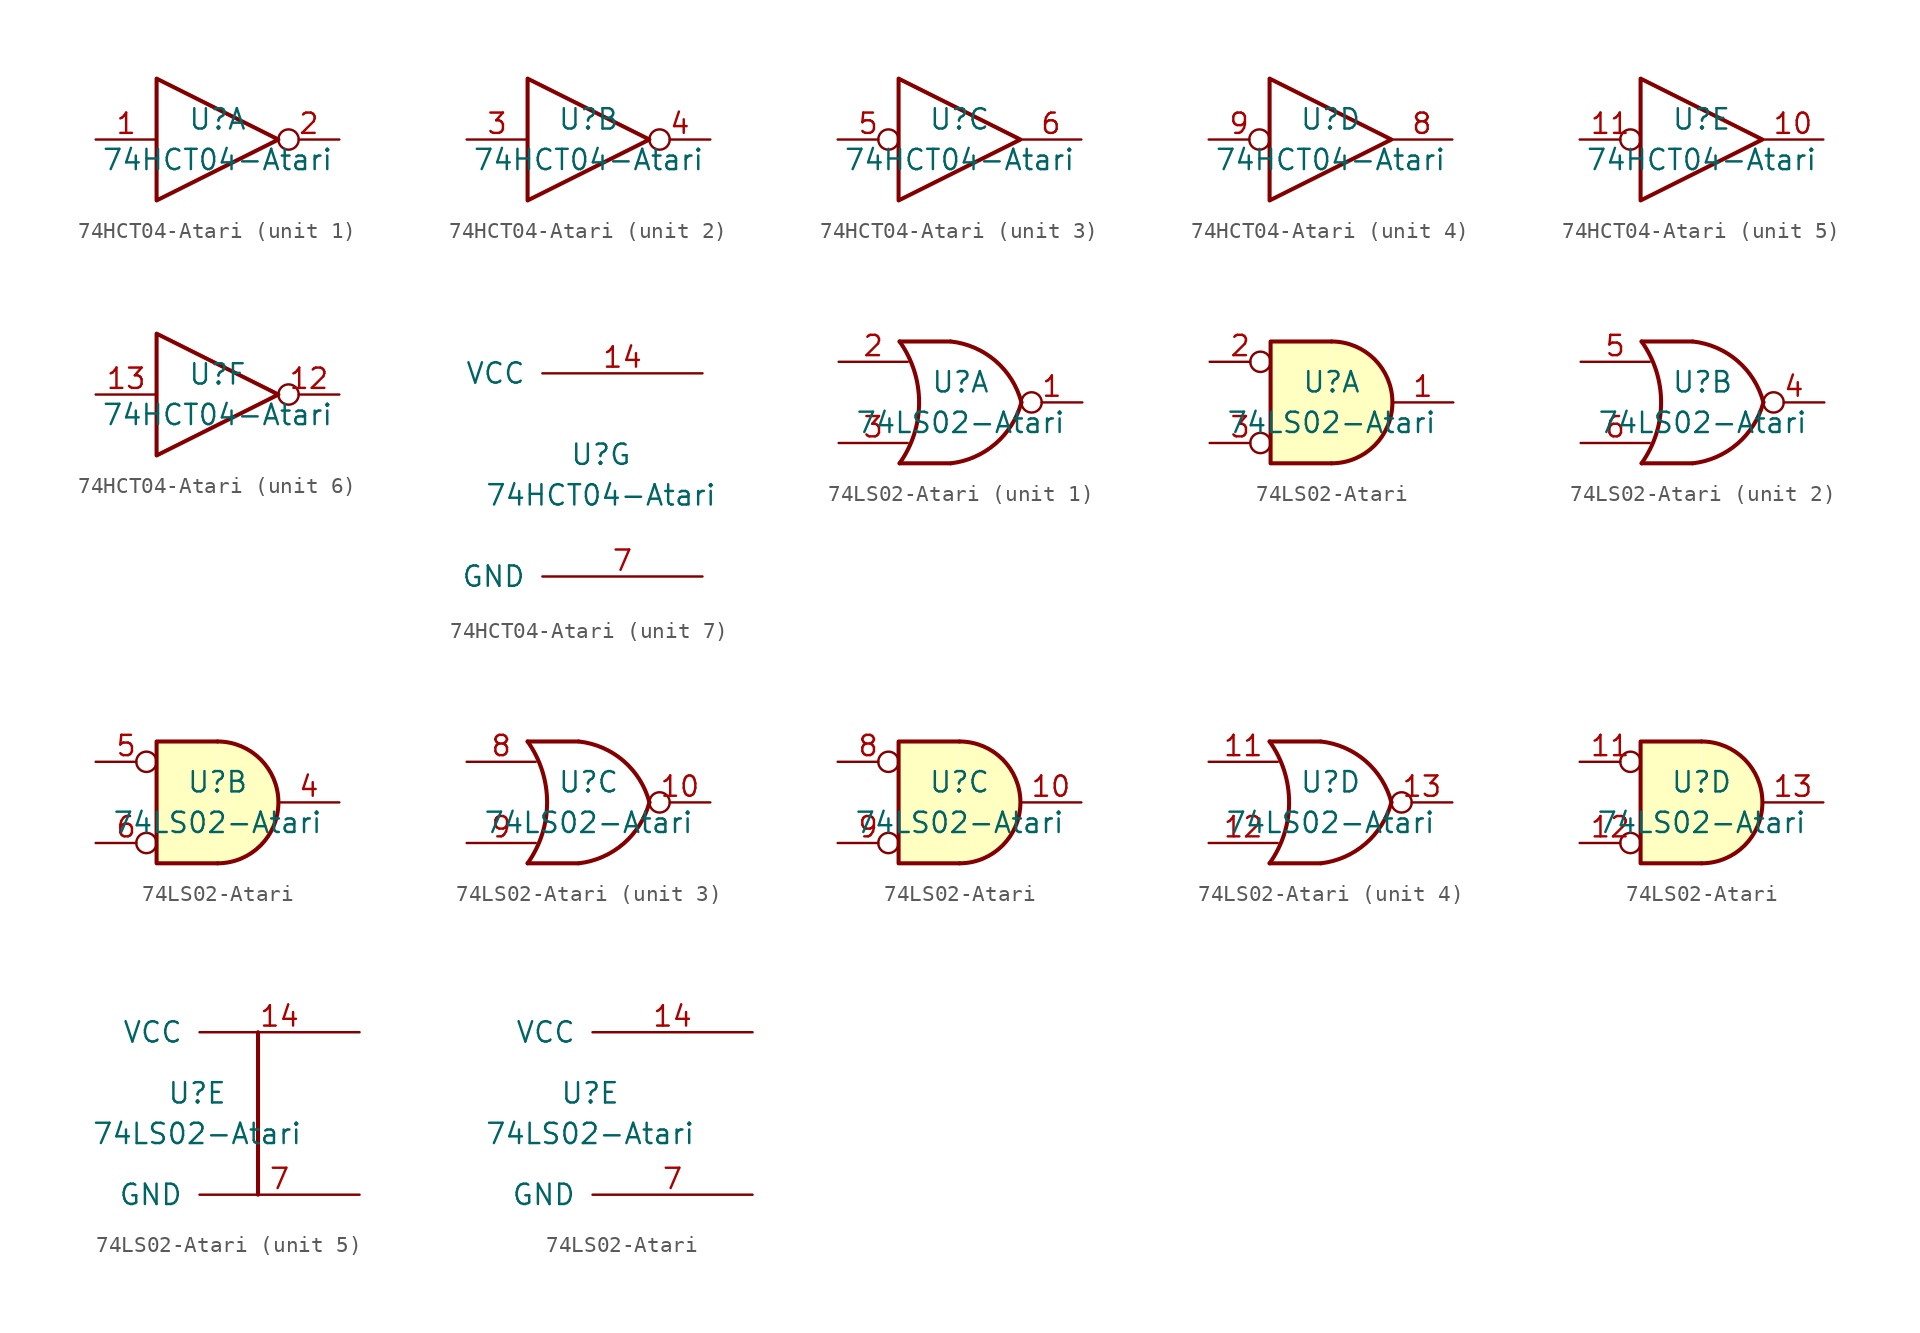
<source format=kicad_sym>
(kicad_symbol_lib
  (version 20231120)
  (generator "kicad_symbol_editor")
  (generator_version "8.0")
  (symbol "74HCT04-Atari"
    (pin_names
      (offset 1.016))
    (property "Reference" "U"
      (at 0 1.27 0)
      (effects (font (size 1.27 1.27))))
    (property "Value" "74HCT04-Atari"
      (at 0 -1.27 0)
      (effects (font (size 1.27 1.27))))
    (property "ki_locked" ""
      (at 0 0 0)
      (effects (font (size 1.27 1.27))))
    (symbol "74HCT04-Atari_1_0"
      (polyline (pts (xy -3.81 3.81) (xy -3.81 -3.81) (xy 3.81 0) (xy -3.81 3.81)) (stroke (width 0.254) (type solid)) (fill (type none)))
      (pin input line (at -7.62 0 0) (length 3.81) (name "~" (effects (font (size 1.27 1.27)))) (number "1" (effects (font (size 1.27 1.27)))))
      (pin output inverted (at 7.62 0 180) (length 3.81) (name "~" (effects (font (size 1.27 1.27)))) (number "2" (effects (font (size 1.27 1.27))))))
    (symbol "74HCT04-Atari_2_0"
      (polyline (pts (xy -3.81 3.81) (xy -3.81 -3.81) (xy 3.81 0) (xy -3.81 3.81)) (stroke (width 0.254) (type solid)) (fill (type none)))
      (pin input line (at -7.62 0 0) (length 3.81) (name "~" (effects (font (size 1.27 1.27)))) (number "3" (effects (font (size 1.27 1.27)))))
      (pin output inverted (at 7.62 0 180) (length 3.81) (name "~" (effects (font (size 1.27 1.27)))) (number "4" (effects (font (size 1.27 1.27))))))
    (symbol "74HCT04-Atari_3_0"
      (polyline (pts (xy -3.81 3.81) (xy -3.81 -3.81) (xy 3.81 0) (xy -3.81 3.81)) (stroke (width 0.254) (type solid)) (fill (type none)))
      (pin input inverted (at -7.62 0 0) (length 3.81) (name "~" (effects (font (size 1.27 1.27)))) (number "5" (effects (font (size 1.27 1.27)))))
      (pin output line (at 7.62 0 180) (length 3.81) (name "~" (effects (font (size 1.27 1.27)))) (number "6" (effects (font (size 1.27 1.27))))))
    (symbol "74HCT04-Atari_4_0"
      (polyline (pts (xy -3.81 3.81) (xy -3.81 -3.81) (xy 3.81 0) (xy -3.81 3.81)) (stroke (width 0.254) (type solid)) (fill (type none)))
      (pin output line (at 7.62 0 180) (length 3.81) (name "~" (effects (font (size 1.27 1.27)))) (number "8" (effects (font (size 1.27 1.27)))))
      (pin input inverted (at -7.62 0 0) (length 3.81) (name "~" (effects (font (size 1.27 1.27)))) (number "9" (effects (font (size 1.27 1.27))))))
    (symbol "74HCT04-Atari_5_0"
      (polyline (pts (xy -3.81 3.81) (xy -3.81 -3.81) (xy 3.81 0) (xy -3.81 3.81)) (stroke (width 0.254) (type solid)) (fill (type none)))
      (pin output line (at 7.62 0 180) (length 3.81) (name "~" (effects (font (size 1.27 1.27)))) (number "10" (effects (font (size 1.27 1.27)))))
      (pin input inverted (at -7.62 0 0) (length 3.81) (name "~" (effects (font (size 1.27 1.27)))) (number "11" (effects (font (size 1.27 1.27))))))
    (symbol "74HCT04-Atari_6_0"
      (polyline (pts (xy -3.81 3.81) (xy -3.81 -3.81) (xy 3.81 0) (xy -3.81 3.81)) (stroke (width 0.254) (type solid)) (fill (type none)))
      (pin output inverted (at 7.62 0 180) (length 3.81) (name "~" (effects (font (size 1.27 1.27)))) (number "12" (effects (font (size 1.27 1.27)))))
      (pin input line (at -7.62 0 0) (length 3.81) (name "~" (effects (font (size 1.27 1.27)))) (number "13" (effects (font (size 1.27 1.27))))))
    (symbol "74HCT04-Atari_7_0"
      (pin power_in line (at 6.35 6.35 180) (length 10.008) (name "VCC" (effects (font (size 1.27 1.27)))) (number "14" (effects (font (size 1.27 1.27)))))
      (pin power_in line (at 6.35 -6.35 180) (length 10.008) (name "GND" (effects (font (size 1.27 1.27)))) (number "7" (effects (font (size 1.27 1.27)))))))
  (symbol "74LS02-Atari"
    (pin_names
      (offset 1.016))
    (property "Reference" "U"
      (at 0 1.27 0)
      (effects (font (size 1.27 1.27))))
    (property "Value" "74LS02-Atari"
      (at 0 -1.27 0)
      (effects (font (size 1.27 1.27))))
    (property "ki_locked" ""
      (at 0 0 0)
      (effects (font (size 1.27 1.27))))
    (symbol "74LS02-Atari_1_1"
      (arc (start -3.81 -3.81) (mid -2.589 0) (end -3.81 3.81) (stroke (width 0.254) (type solid)) (fill (type none)))
      (arc (start -0.6096 -3.81) (mid 2.1842 -2.5851) (end 3.81 0) (stroke (width 0.254) (type solid)) (fill (type none)))
      (polyline (pts (xy -3.81 -3.81) (xy -0.635 -3.81)) (stroke (width 0.254) (type solid)) (fill (type none)))
      (polyline (pts (xy -3.81 3.81) (xy -0.635 3.81)) (stroke (width 0.254) (type solid)) (fill (type none)))
      (polyline (pts (xy -0.635 3.81) (xy -3.81 3.81) (xy -3.81 3.81) (xy -3.556 3.404) (xy -3.023 2.261) (xy -2.692 1.041) (xy -2.616 -0.254) (xy -2.769 -1.499) (xy -3.175 -2.718) (xy -3.81 -3.81) (xy -3.81 -3.81) (xy -0.635 -3.81)) (stroke (width -25.4) (type solid)) (fill (type none)))
      (arc (start 3.81 0) (mid 2.1915 2.5936) (end -0.6096 3.81) (stroke (width 0.254) (type solid)) (fill (type none)))
      (pin output inverted (at 7.62 0 180) (length 3.81) (name "~" (effects (font (size 1.27 1.27)))) (number "1" (effects (font (size 1.27 1.27)))))
      (pin input line (at -7.62 2.54 0) (length 4.318) (name "~" (effects (font (size 1.27 1.27)))) (number "2" (effects (font (size 1.27 1.27)))))
      (pin input line (at -7.62 -2.54 0) (length 4.318) (name "~" (effects (font (size 1.27 1.27)))) (number "3" (effects (font (size 1.27 1.27))))))
    (symbol "74LS02-Atari_1_2"
      (arc (start 0 -3.81) (mid 3.81 0) (end 0 3.81) (stroke (width 0.254) (type solid)) (fill (type background)))
      (polyline (pts (xy 0 3.81) (xy -3.81 3.81) (xy -3.81 -3.81) (xy 0 -3.81)) (stroke (width 0.254) (type solid)) (fill (type background)))
      (pin output line (at 7.62 0 180) (length 3.81) (name "~" (effects (font (size 1.27 1.27)))) (number "1" (effects (font (size 1.27 1.27)))))
      (pin input inverted (at -7.62 2.54 0) (length 3.81) (name "~" (effects (font (size 1.27 1.27)))) (number "2" (effects (font (size 1.27 1.27)))))
      (pin input inverted (at -7.62 -2.54 0) (length 3.81) (name "~" (effects (font (size 1.27 1.27)))) (number "3" (effects (font (size 1.27 1.27))))))
    (symbol "74LS02-Atari_2_1"
      (arc (start -3.81 -3.81) (mid -2.589 0) (end -3.81 3.81) (stroke (width 0.254) (type solid)) (fill (type none)))
      (arc (start -0.6096 -3.81) (mid 2.1842 -2.5851) (end 3.81 0) (stroke (width 0.254) (type solid)) (fill (type none)))
      (polyline (pts (xy -3.81 -3.81) (xy -0.635 -3.81)) (stroke (width 0.254) (type solid)) (fill (type none)))
      (polyline (pts (xy -3.81 3.81) (xy -0.635 3.81)) (stroke (width 0.254) (type solid)) (fill (type none)))
      (polyline (pts (xy -0.635 3.81) (xy -3.81 3.81) (xy -3.81 3.81) (xy -3.556 3.404) (xy -3.023 2.261) (xy -2.692 1.041) (xy -2.616 -0.254) (xy -2.769 -1.499) (xy -3.175 -2.718) (xy -3.81 -3.81) (xy -3.81 -3.81) (xy -0.635 -3.81)) (stroke (width -25.4) (type solid)) (fill (type none)))
      (arc (start 3.81 0) (mid 2.1915 2.5936) (end -0.6096 3.81) (stroke (width 0.254) (type solid)) (fill (type none)))
      (pin output inverted (at 7.62 0 180) (length 3.81) (name "~" (effects (font (size 1.27 1.27)))) (number "4" (effects (font (size 1.27 1.27)))))
      (pin input line (at -7.62 2.54 0) (length 4.318) (name "~" (effects (font (size 1.27 1.27)))) (number "5" (effects (font (size 1.27 1.27)))))
      (pin input line (at -7.62 -2.54 0) (length 4.318) (name "~" (effects (font (size 1.27 1.27)))) (number "6" (effects (font (size 1.27 1.27))))))
    (symbol "74LS02-Atari_2_2"
      (arc (start 0 -3.81) (mid 3.81 0) (end 0 3.81) (stroke (width 0.254) (type solid)) (fill (type background)))
      (polyline (pts (xy 0 3.81) (xy -3.81 3.81) (xy -3.81 -3.81) (xy 0 -3.81)) (stroke (width 0.254) (type solid)) (fill (type background)))
      (pin output line (at 7.62 0 180) (length 3.81) (name "~" (effects (font (size 1.27 1.27)))) (number "4" (effects (font (size 1.27 1.27)))))
      (pin input inverted (at -7.62 2.54 0) (length 3.81) (name "~" (effects (font (size 1.27 1.27)))) (number "5" (effects (font (size 1.27 1.27)))))
      (pin input inverted (at -7.62 -2.54 0) (length 3.81) (name "~" (effects (font (size 1.27 1.27)))) (number "6" (effects (font (size 1.27 1.27))))))
    (symbol "74LS02-Atari_3_1"
      (arc (start -3.81 -3.81) (mid -2.589 0) (end -3.81 3.81) (stroke (width 0.254) (type solid)) (fill (type none)))
      (arc (start -0.6096 -3.81) (mid 2.1842 -2.5851) (end 3.81 0) (stroke (width 0.254) (type solid)) (fill (type none)))
      (polyline (pts (xy -3.81 -3.81) (xy -0.635 -3.81)) (stroke (width 0.254) (type solid)) (fill (type none)))
      (polyline (pts (xy -3.81 3.81) (xy -0.635 3.81)) (stroke (width 0.254) (type solid)) (fill (type background)))
      (polyline (pts (xy -0.635 3.81) (xy -3.81 3.81) (xy -3.81 3.81) (xy -3.556 3.404) (xy -3.023 2.261) (xy -2.692 1.041) (xy -2.616 -0.254) (xy -2.769 -1.499) (xy -3.175 -2.718) (xy -3.81 -3.81) (xy -3.81 -3.81) (xy -0.635 -3.81)) (stroke (width -25.4) (type solid)) (fill (type none)))
      (arc (start 3.81 0) (mid 2.1915 2.5936) (end -0.6096 3.81) (stroke (width 0.254) (type solid)) (fill (type none)))
      (pin output inverted (at 7.62 0 180) (length 3.81) (name "~" (effects (font (size 1.27 1.27)))) (number "10" (effects (font (size 1.27 1.27)))))
      (pin input line (at -7.62 2.54 0) (length 4.318) (name "~" (effects (font (size 1.27 1.27)))) (number "8" (effects (font (size 1.27 1.27)))))
      (pin input line (at -7.62 -2.54 0) (length 4.318) (name "~" (effects (font (size 1.27 1.27)))) (number "9" (effects (font (size 1.27 1.27))))))
    (symbol "74LS02-Atari_3_2"
      (arc (start 0 -3.81) (mid 3.81 0) (end 0 3.81) (stroke (width 0.254) (type solid)) (fill (type background)))
      (polyline (pts (xy 0 3.81) (xy -3.81 3.81) (xy -3.81 -3.81) (xy 0 -3.81)) (stroke (width 0.254) (type solid)) (fill (type background)))
      (pin output line (at 7.62 0 180) (length 3.81) (name "~" (effects (font (size 1.27 1.27)))) (number "10" (effects (font (size 1.27 1.27)))))
      (pin input inverted (at -7.62 2.54 0) (length 3.81) (name "~" (effects (font (size 1.27 1.27)))) (number "8" (effects (font (size 1.27 1.27)))))
      (pin input inverted (at -7.62 -2.54 0) (length 3.81) (name "~" (effects (font (size 1.27 1.27)))) (number "9" (effects (font (size 1.27 1.27))))))
    (symbol "74LS02-Atari_4_1"
      (arc (start -3.81 -3.81) (mid -2.589 0) (end -3.81 3.81) (stroke (width 0.254) (type solid)) (fill (type none)))
      (arc (start -0.6096 -3.81) (mid 2.1842 -2.5851) (end 3.81 0) (stroke (width 0.254) (type solid)) (fill (type none)))
      (polyline (pts (xy -3.81 -3.81) (xy -0.635 -3.81)) (stroke (width 0.254) (type solid)) (fill (type none)))
      (polyline (pts (xy -3.81 3.81) (xy -0.635 3.81)) (stroke (width 0.254) (type solid)) (fill (type background)))
      (polyline (pts (xy -0.635 3.81) (xy -3.81 3.81) (xy -3.81 3.81) (xy -3.556 3.404) (xy -3.023 2.261) (xy -2.692 1.041) (xy -2.616 -0.254) (xy -2.769 -1.499) (xy -3.175 -2.718) (xy -3.81 -3.81) (xy -3.81 -3.81) (xy -0.635 -3.81)) (stroke (width -25.4) (type solid)) (fill (type none)))
      (arc (start 3.81 0) (mid 2.1915 2.5936) (end -0.6096 3.81) (stroke (width 0.254) (type solid)) (fill (type none)))
      (pin input line (at -7.62 2.54 0) (length 4.318) (name "~" (effects (font (size 1.27 1.27)))) (number "11" (effects (font (size 1.27 1.27)))))
      (pin input line (at -7.62 -2.54 0) (length 4.318) (name "~" (effects (font (size 1.27 1.27)))) (number "12" (effects (font (size 1.27 1.27)))))
      (pin output inverted (at 7.62 0 180) (length 3.81) (name "~" (effects (font (size 1.27 1.27)))) (number "13" (effects (font (size 1.27 1.27))))))
    (symbol "74LS02-Atari_4_2"
      (arc (start 0 -3.81) (mid 3.81 0) (end 0 3.81) (stroke (width 0.254) (type solid)) (fill (type background)))
      (polyline (pts (xy 0 3.81) (xy -3.81 3.81) (xy -3.81 -3.81) (xy 0 -3.81)) (stroke (width 0.254) (type solid)) (fill (type background)))
      (pin input inverted (at -7.62 2.54 0) (length 3.81) (name "~" (effects (font (size 1.27 1.27)))) (number "11" (effects (font (size 1.27 1.27)))))
      (pin input inverted (at -7.62 -2.54 0) (length 3.81) (name "~" (effects (font (size 1.27 1.27)))) (number "12" (effects (font (size 1.27 1.27)))))
      (pin output line (at 7.62 0 180) (length 3.81) (name "~" (effects (font (size 1.27 1.27)))) (number "13" (effects (font (size 1.27 1.27))))))
    (symbol "74LS02-Atari_5_0"
      (pin power_in line (at 10.16 5.08 180) (length 10.008) (name "VCC" (effects (font (size 1.27 1.27)))) (number "14" (effects (font (size 1.27 1.27)))))
      (pin power_in line (at 10.16 -5.08 180) (length 10.008) (name "GND" (effects (font (size 1.27 1.27)))) (number "7" (effects (font (size 1.27 1.27))))))
    (symbol "74LS02-Atari_5_1"
      (polyline (pts (xy 3.81 5.08) (xy 3.81 -5.08)) (stroke (width 0.254) (type solid)) (fill (type none))))))
</source>
